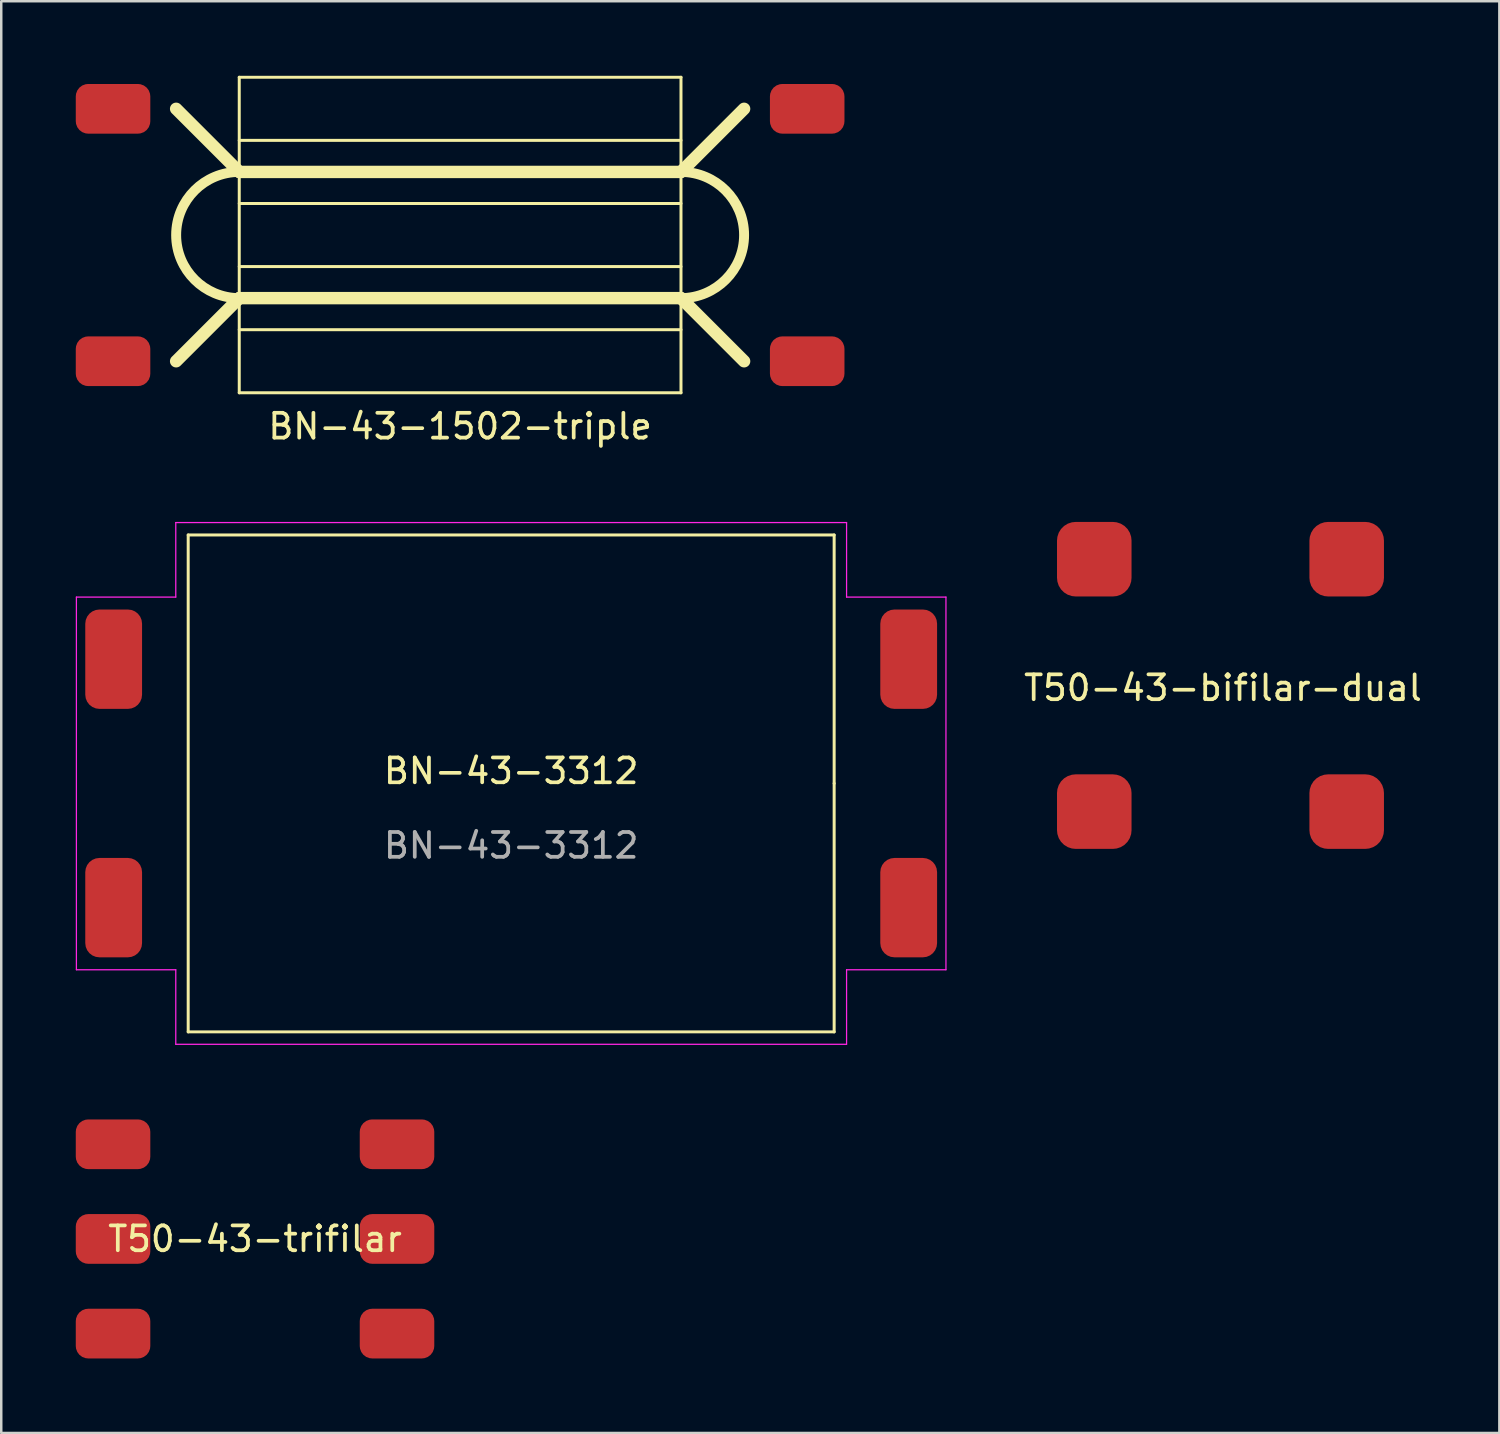
<source format=kicad_pcb>
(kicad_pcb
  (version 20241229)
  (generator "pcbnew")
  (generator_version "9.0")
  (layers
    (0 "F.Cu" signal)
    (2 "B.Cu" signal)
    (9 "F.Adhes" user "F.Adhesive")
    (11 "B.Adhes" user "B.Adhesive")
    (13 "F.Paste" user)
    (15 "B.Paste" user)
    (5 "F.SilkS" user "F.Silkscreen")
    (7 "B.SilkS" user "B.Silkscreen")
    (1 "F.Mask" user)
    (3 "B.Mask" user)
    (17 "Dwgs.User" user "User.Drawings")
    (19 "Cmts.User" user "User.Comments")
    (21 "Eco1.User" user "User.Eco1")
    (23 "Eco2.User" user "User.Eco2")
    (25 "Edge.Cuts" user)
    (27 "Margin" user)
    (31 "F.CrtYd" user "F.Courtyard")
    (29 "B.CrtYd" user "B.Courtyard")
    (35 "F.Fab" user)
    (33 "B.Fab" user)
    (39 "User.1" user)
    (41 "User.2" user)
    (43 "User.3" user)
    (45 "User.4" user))
  (footprint "BN-43-1502-triple"
    (layer "F.Cu")
    (at 15.47 6.41)
    (property "Reference" "BN-43-1502-triple" (at 0 7.7 180) (layer "F.SilkS") (effects (font (size 1 1) (thickness 0.15))))
    (attr through_hole)
    (fp_line (start -11.43 -5.08) (end -8.89 -2.54) (stroke (width 0.5) (type solid)) (layer "F.SilkS"))
    (fp_line (start -11.43 5.08) (end -8.89 2.54) (stroke (width 0.5) (type solid)) (layer "F.SilkS"))
    (fp_line (start -8.89 -6.35) (end -8.89 6.35) (stroke (width 0.12) (type solid)) (layer "F.SilkS"))
    (fp_line (start -8.89 -3.81) (end 8.89 -3.81) (stroke (width 0.12) (type solid)) (layer "F.SilkS"))
    (fp_line (start -8.89 -2.54) (end 8.89 -2.54) (stroke (width 0.5) (type solid)) (layer "F.SilkS"))
    (fp_line (start -8.89 2.54) (end 8.89 2.54) (stroke (width 0.5) (type solid)) (layer "F.SilkS"))
    (fp_line (start -8.89 3.81) (end 8.89 3.81) (stroke (width 0.12) (type solid)) (layer "F.SilkS"))
    (fp_line (start -8.89 6.35) (end 8.89 6.35) (stroke (width 0.12) (type solid)) (layer "F.SilkS"))
    (fp_line (start 8.89 -6.35) (end -8.89 -6.35) (stroke (width 0.12) (type solid)) (layer "F.SilkS"))
    (fp_line (start 8.89 -2.54) (end 11.43 -5.08) (stroke (width 0.5) (type solid)) (layer "F.SilkS"))
    (fp_line (start 8.89 -1.27) (end -8.89 -1.27) (stroke (width 0.12) (type solid)) (layer "F.SilkS"))
    (fp_line (start 8.89 1.27) (end -8.89 1.27) (stroke (width 0.12) (type solid)) (layer "F.SilkS"))
    (fp_line (start 8.89 6.35) (end 8.89 -6.35) (stroke (width 0.12) (type solid)) (layer "F.SilkS"))
    (fp_line (start 11.43 5.08) (end 8.89 2.54) (stroke (width 0.5) (type solid)) (layer "F.SilkS"))
    (fp_arc (start -8.89 2.54) (mid -11.43 0) (end -8.89 -2.54) (stroke (width 0.4) (type solid)) (layer "F.SilkS"))
    (fp_arc (start 8.89 -2.54) (mid 11.43 0) (end 8.89 2.54) (stroke (width 0.4) (type solid)) (layer "F.SilkS"))
    (pad "1" smd roundrect (at -13.97 -5.08) (size 3 2) (layers "F.Cu" "F.Mask" "F.Paste") (roundrect_rratio 0.25))
    (pad "2" smd roundrect (at -13.97 5.08) (size 3 2) (layers "F.Cu" "F.Mask" "F.Paste") (roundrect_rratio 0.25))
    (pad "3" smd roundrect (at 13.97 5.08) (size 3 2) (layers "F.Cu" "F.Mask" "F.Paste") (roundrect_rratio 0.25))
    (pad "4" smd roundrect (at 13.97 -5.08) (size 3 2) (layers "F.Cu" "F.Mask" "F.Paste") (roundrect_rratio 0.25)))
  (footprint "BN-43-3312"
    (layer "F.Cu")
    (at 17.525 28.483)
    (property "Reference" "BN-43-3312" (at 0 -0.5 0) (unlocked yes) (layer "F.SilkS") (effects (font (size 1 1) (thickness 0.15))))
    (attr smd)
    (fp_line (start -13 -10) (end -13 10) (stroke (width 0.12) (type solid)) (layer "F.SilkS"))
    (fp_line (start -13 10) (end 13 10) (stroke (width 0.12) (type solid)) (layer "F.SilkS"))
    (fp_line (start 13 -10) (end -13 -10) (stroke (width 0.12) (type solid)) (layer "F.SilkS"))
    (fp_line (start 13 0) (end 13 -10) (stroke (width 0.12) (type solid)) (layer "F.SilkS"))
    (fp_line (start 13 10) (end 13 0) (stroke (width 0.12) (type solid)) (layer "F.SilkS"))
    (fp_line (start -17.5 -7.5) (end -13.5 -7.5) (stroke (width 0.05) (type solid)) (layer "F.CrtYd"))
    (fp_line (start -17.5 7.5) (end -17.5 -7.5) (stroke (width 0.05) (type solid)) (layer "F.CrtYd"))
    (fp_line (start -13.5 -10.5) (end 13.5 -10.5) (stroke (width 0.05) (type solid)) (layer "F.CrtYd"))
    (fp_line (start -13.5 -7.5) (end -13.5 -10.5) (stroke (width 0.05) (type solid)) (layer "F.CrtYd"))
    (fp_line (start -13.5 7.5) (end -17.5 7.5) (stroke (width 0.05) (type solid)) (layer "F.CrtYd"))
    (fp_line (start -13.5 10.5) (end -13.5 7.5) (stroke (width 0.05) (type solid)) (layer "F.CrtYd"))
    (fp_line (start 13.5 -10.5) (end 13.5 -7.5) (stroke (width 0.05) (type solid)) (layer "F.CrtYd"))
    (fp_line (start 13.5 -7.5) (end 17.5 -7.5) (stroke (width 0.05) (type solid)) (layer "F.CrtYd"))
    (fp_line (start 13.5 7.5) (end 13.5 10.5) (stroke (width 0.05) (type solid)) (layer "F.CrtYd"))
    (fp_line (start 13.5 10.5) (end -13.5 10.5) (stroke (width 0.05) (type solid)) (layer "F.CrtYd"))
    (fp_line (start 17.5 -7.5) (end 17.5 7.5) (stroke (width 0.05) (type solid)) (layer "F.CrtYd"))
    (fp_line (start 17.5 7.5) (end 13.5 7.5) (stroke (width 0.05) (type solid)) (layer "F.CrtYd"))
    (fp_text user "${REFERENCE}" (at 0 2.5 0) (unlocked yes) (layer "F.Fab") (effects (font (size 1 1) (thickness 0.15))))
    (pad "1" smd roundrect (at -16 -5) (size 2.286 4) (layers "F.Cu" "F.Mask" "F.Paste") (roundrect_rratio 0.25))
    (pad "2" smd roundrect (at -16 5) (size 2.286 4) (layers "F.Cu" "F.Mask" "F.Paste") (roundrect_rratio 0.25))
    (pad "3" smd roundrect (at 16 -5) (size 2.286 4) (layers "F.Cu" "F.Mask" "F.Paste") (roundrect_rratio 0.25))
    (pad "4" smd roundrect (at 16 5) (size 2.286 4) (layers "F.Cu" "F.Mask" "F.Paste") (roundrect_rratio 0.25)))
  (footprint "T50-43-trifilar"
    (layer "F.Cu")
    (at 7.215 46.818)
    (property "Reference" "T50-43-trifilar" (at 0 0 0) (layer "F.SilkS") (effects (font (size 1 1) (thickness 0.15))))
    (attr through_hole)
    (pad "1" smd roundrect (at -5.715 -3.81) (size 3 2) (layers "F.Cu" "F.Mask" "F.Paste") (roundrect_rratio 0.25))
    (pad "2" smd roundrect (at 5.715 -3.81) (size 3 2) (layers "F.Cu" "F.Mask" "F.Paste") (roundrect_rratio 0.25))
    (pad "3" smd roundrect (at -5.715 0) (size 3 2) (layers "F.Cu" "F.Mask" "F.Paste") (roundrect_rratio 0.25))
    (pad "4" smd roundrect (at -5.715 3.81) (size 3 2) (layers "F.Cu" "F.Mask" "F.Paste") (roundrect_rratio 0.25))
    (pad "4" smd roundrect (at 5.715 0) (size 3 2) (layers "F.Cu" "F.Mask" "F.Paste") (roundrect_rratio 0.25))
    (pad "5" smd roundrect (at 5.715 3.81) (size 3 2) (layers "F.Cu" "F.Mask" "F.Paste") (roundrect_rratio 0.25)))
  (footprint "T50-43-bifilar-dual"
    (layer "F.Cu")
    (at 46.075 24.538)
    (property "Reference" "T50-43-bifilar-dual" (at 0.1 0.1 180) (layer "F.SilkS") (effects (font (size 1 1) (thickness 0.15))))
    (attr through_hole)
    (pad "1" smd roundrect (at -5.08 -5.08) (size 3 3) (layers "F.Cu" "F.Mask" "F.Paste") (roundrect_rratio 0.25))
    (pad "2" smd roundrect (at -5.08 5.08) (size 3 3) (layers "F.Cu" "F.Mask" "F.Paste") (roundrect_rratio 0.25))
    (pad "3" smd roundrect (at 5.08 5.08) (size 3 3) (layers "F.Cu" "F.Mask" "F.Paste") (roundrect_rratio 0.25))
    (pad "4" smd roundrect (at 5.08 -5.08) (size 3 3) (layers "F.Cu" "F.Mask" "F.Paste") (roundrect_rratio 0.25)))
  (gr_rect
    (start -3 -3)
    (end 57.3 54.628)
    (stroke (width 0.1) (type default))
    (fill no)
    (layer "Edge.Cuts")))
</source>
